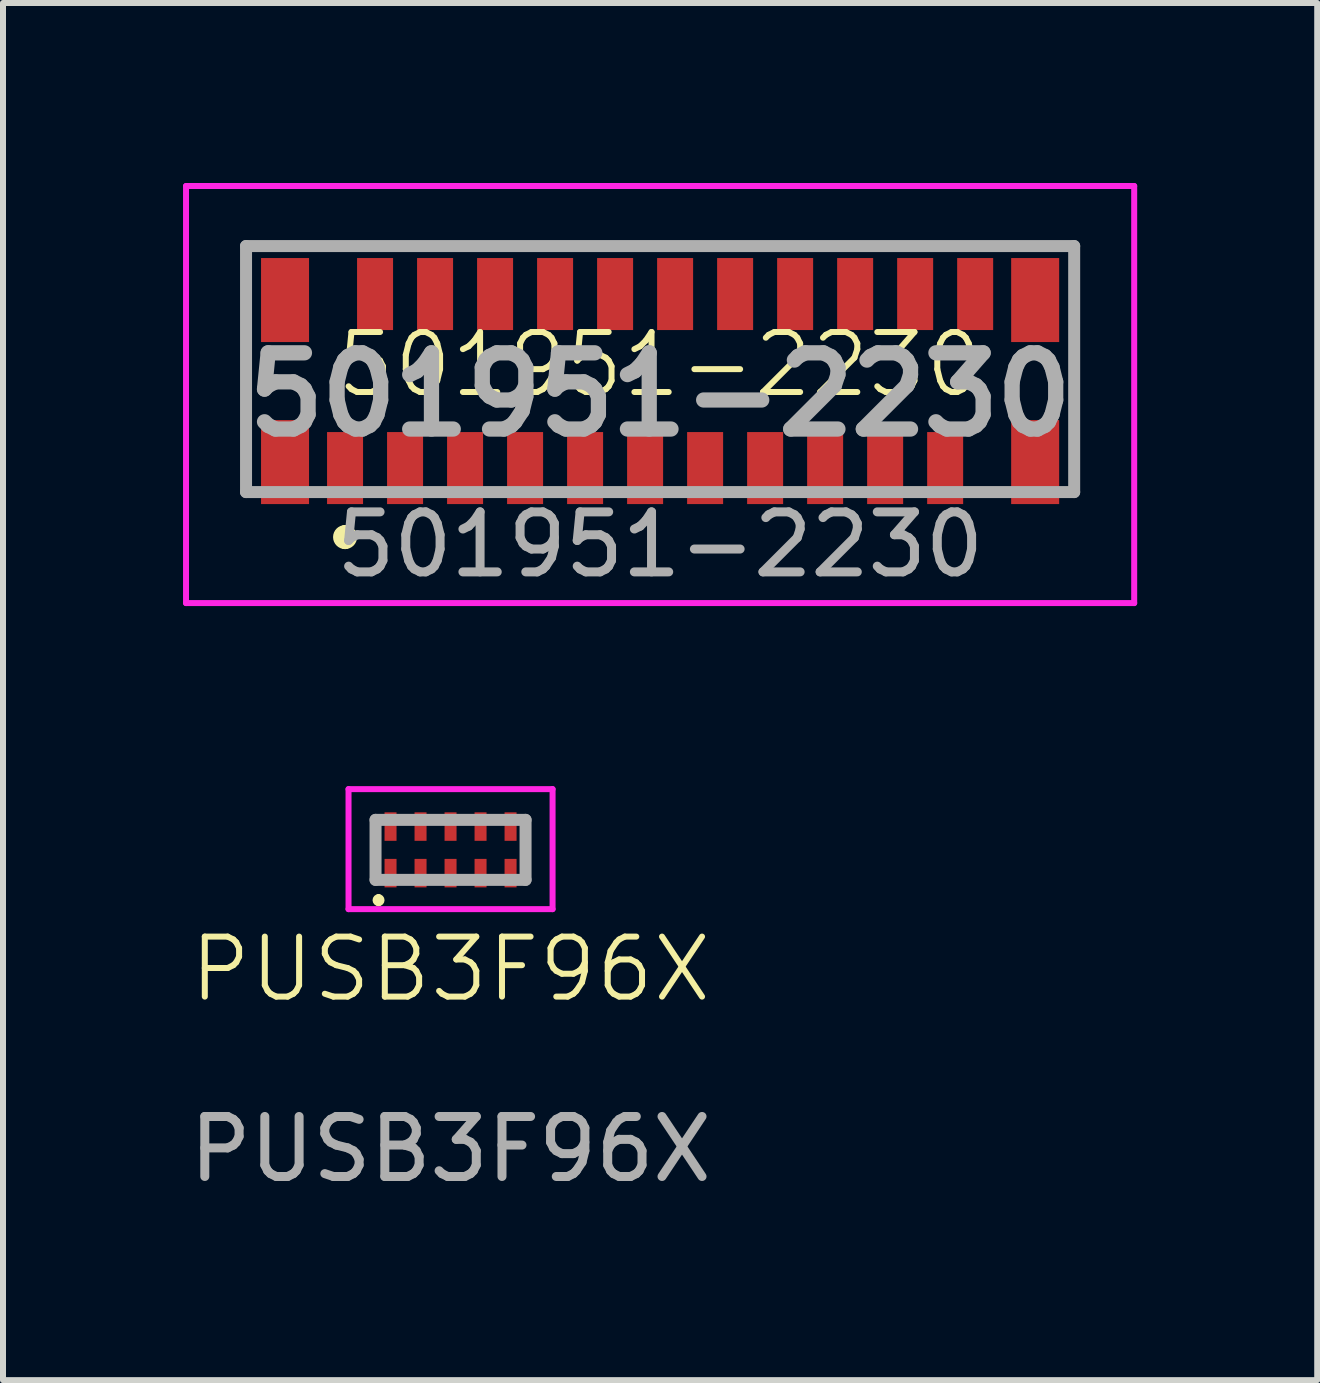
<source format=kicad_pcb>
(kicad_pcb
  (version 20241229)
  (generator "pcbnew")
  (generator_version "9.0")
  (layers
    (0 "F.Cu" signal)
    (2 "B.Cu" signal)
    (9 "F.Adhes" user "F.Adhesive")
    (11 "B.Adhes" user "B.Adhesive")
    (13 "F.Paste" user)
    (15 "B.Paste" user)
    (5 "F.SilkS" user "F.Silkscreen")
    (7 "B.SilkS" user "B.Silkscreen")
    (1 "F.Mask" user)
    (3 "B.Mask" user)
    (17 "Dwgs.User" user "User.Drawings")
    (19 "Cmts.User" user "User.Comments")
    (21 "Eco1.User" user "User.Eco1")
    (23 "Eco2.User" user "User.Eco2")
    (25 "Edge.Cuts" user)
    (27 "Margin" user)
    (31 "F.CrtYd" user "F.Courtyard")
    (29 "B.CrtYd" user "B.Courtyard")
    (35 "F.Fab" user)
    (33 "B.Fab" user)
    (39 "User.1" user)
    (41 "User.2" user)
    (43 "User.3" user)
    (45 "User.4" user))
  (footprint "PUSB3F96X"
    (layer "F.Cu")
    (at 4.458 13.6)
    (property "Reference" "PUSB3F96X" (at 0 -0.5 0) (unlocked yes) (layer "F.SilkS") (effects (font (size 1 1) (thickness 0.1))))
    (attr smd)
    (fp_line (start -1.2 -1.7) (end -1.2 -1.7) (stroke (width 0.1) (type solid)) (layer "F.SilkS"))
    (fp_line (start -1.2 -1.6) (end -1.2 -1.6) (stroke (width 0.1) (type solid)) (layer "F.SilkS"))
    (fp_arc (start -1.2 -1.7) (mid -1.15 -1.65) (end -1.2 -1.6) (stroke (width 0.1) (type solid)) (layer "F.SilkS"))
    (fp_arc (start -1.2 -1.6) (mid -1.25 -1.65) (end -1.2 -1.7) (stroke (width 0.1) (type solid)) (layer "F.SilkS"))
    (fp_line (start -1.7 -3.5) (end -1.7 -1.5) (stroke (width 0.1) (type solid)) (layer "F.CrtYd"))
    (fp_line (start -1.7 -1.5) (end 1.7 -1.5) (stroke (width 0.1) (type solid)) (layer "F.CrtYd"))
    (fp_line (start 1.7 -3.5) (end -1.7 -3.5) (stroke (width 0.1) (type solid)) (layer "F.CrtYd"))
    (fp_line (start 1.7 -1.5) (end 1.7 -3.5) (stroke (width 0.1) (type solid)) (layer "F.CrtYd"))
    (fp_line (start -1.25 -2.988) (end -1.25 -1.988) (stroke (width 0.2) (type solid)) (layer "F.Fab"))
    (fp_line (start -1.25 -1.988) (end 1.25 -1.988) (stroke (width 0.2) (type solid)) (layer "F.Fab"))
    (fp_line (start 1.25 -2.988) (end -1.25 -2.988) (stroke (width 0.2) (type solid)) (layer "F.Fab"))
    (fp_line (start 1.25 -1.988) (end 1.25 -2.988) (stroke (width 0.2) (type solid)) (layer "F.Fab"))
    (fp_text user "${REFERENCE}" (at 0 2.5 0) (unlocked yes) (layer "F.Fab") (effects (font (size 1 1) (thickness 0.15))))
    (pad "1" smd rect (at -1 -2.1) (size 0.2 0.475) (layers "F.Cu" "F.Mask" "F.Paste"))
    (pad "2" smd rect (at -0.5 -2.1) (size 0.2 0.475) (layers "F.Cu" "F.Mask" "F.Paste"))
    (pad "3" smd rect (at 0 -2.1) (size 0.2 0.475) (layers "F.Cu" "F.Mask" "F.Paste"))
    (pad "4" smd rect (at 0.5 -2.1) (size 0.2 0.475) (layers "F.Cu" "F.Mask" "F.Paste"))
    (pad "5" smd rect (at 1 -2.1) (size 0.2 0.475) (layers "F.Cu" "F.Mask" "F.Paste"))
    (pad "6" smd rect (at 1 -2.876) (size 0.2 0.475) (layers "F.Cu" "F.Mask" "F.Paste"))
    (pad "7" smd rect (at 0.5 -2.876) (size 0.2 0.475) (layers "F.Cu" "F.Mask" "F.Paste"))
    (pad "8" smd rect (at 0 -2.876) (size 0.2 0.475) (layers "F.Cu" "F.Mask" "F.Paste"))
    (pad "9" smd rect (at -0.5 -2.876) (size 0.2 0.475) (layers "F.Cu" "F.Mask" "F.Paste"))
    (pad "10" smd rect (at -1 -2.876) (size 0.2 0.475) (layers "F.Cu" "F.Mask" "F.Paste")))
  (footprint "501951-2230"
    (layer "F.Cu")
    (at 7.95 3.525)
    (property "Reference" "501951-2230" (at 0 -0.5 0) (unlocked yes) (layer "F.SilkS") (effects (font (size 1 1) (thickness 0.1))))
    (attr smd)
    (fp_line (start -6.9 -2.475) (end 6.9 -2.475) (stroke (width 0.1) (type solid)) (layer "F.SilkS"))
    (fp_line (start -5.25 2.275) (end -5.25 2.275) (stroke (width 0.2) (type solid)) (layer "F.SilkS"))
    (fp_line (start -5.25 2.475) (end -5.25 2.475) (stroke (width 0.2) (type solid)) (layer "F.SilkS"))
    (fp_arc (start -5.25 2.275) (mid -5.15 2.375) (end -5.25 2.475) (stroke (width 0.2) (type solid)) (layer "F.SilkS"))
    (fp_arc (start -5.25 2.475) (mid -5.35 2.375) (end -5.25 2.275) (stroke (width 0.2) (type solid)) (layer "F.SilkS"))
    (fp_line (start -7.9 -3.475) (end 7.9 -3.475) (stroke (width 0.1) (type solid)) (layer "F.CrtYd"))
    (fp_line (start -7.9 3.475) (end -7.9 -3.475) (stroke (width 0.1) (type solid)) (layer "F.CrtYd"))
    (fp_line (start 7.9 -3.475) (end 7.9 3.475) (stroke (width 0.1) (type solid)) (layer "F.CrtYd"))
    (fp_line (start 7.9 3.475) (end -7.9 3.475) (stroke (width 0.1) (type solid)) (layer "F.CrtYd"))
    (fp_line (start -6.9 -2.475) (end 6.9 -2.475) (stroke (width 0.2) (type solid)) (layer "F.Fab"))
    (fp_line (start -6.9 1.625) (end -6.9 -2.475) (stroke (width 0.2) (type solid)) (layer "F.Fab"))
    (fp_line (start 6.9 -2.475) (end 6.9 1.625) (stroke (width 0.2) (type solid)) (layer "F.Fab"))
    (fp_line (start 6.9 1.625) (end -6.9 1.625) (stroke (width 0.2) (type solid)) (layer "F.Fab"))
    (fp_text user "${REFERENCE}" (at 0 0 0) (layer "F.Fab") (effects (font (size 1.27 1.27) (thickness 0.254))))
    (fp_text user "${REFERENCE}" (at 0 2.5 0) (unlocked yes) (layer "F.Fab") (effects (font (size 1 1) (thickness 0.15))))
    (pad "1" smd rect (at -5.25 1.225) (size 0.6 1.2) (layers "F.Cu" "F.Mask" "F.Paste"))
    (pad "2" smd rect (at -4.75 -1.675) (size 0.6 1.2) (layers "F.Cu" "F.Mask" "F.Paste"))
    (pad "3" smd rect (at -4.25 1.225) (size 0.6 1.2) (layers "F.Cu" "F.Mask" "F.Paste"))
    (pad "4" smd rect (at -3.75 -1.675) (size 0.6 1.2) (layers "F.Cu" "F.Mask" "F.Paste"))
    (pad "5" smd rect (at -3.25 1.225) (size 0.6 1.2) (layers "F.Cu" "F.Mask" "F.Paste"))
    (pad "6" smd rect (at -2.75 -1.675) (size 0.6 1.2) (layers "F.Cu" "F.Mask" "F.Paste"))
    (pad "7" smd rect (at -2.25 1.225) (size 0.6 1.2) (layers "F.Cu" "F.Mask" "F.Paste"))
    (pad "8" smd rect (at -1.75 -1.675) (size 0.6 1.2) (layers "F.Cu" "F.Mask" "F.Paste"))
    (pad "9" smd rect (at -1.25 1.225) (size 0.6 1.2) (layers "F.Cu" "F.Mask" "F.Paste"))
    (pad "10" smd rect (at -0.75 -1.675) (size 0.6 1.2) (layers "F.Cu" "F.Mask" "F.Paste"))
    (pad "11" smd rect (at -0.25 1.225) (size 0.6 1.2) (layers "F.Cu" "F.Mask" "F.Paste"))
    (pad "12" smd rect (at 0.25 -1.675) (size 0.6 1.2) (layers "F.Cu" "F.Mask" "F.Paste"))
    (pad "13" smd rect (at 0.75 1.225) (size 0.6 1.2) (layers "F.Cu" "F.Mask" "F.Paste"))
    (pad "14" smd rect (at 1.25 -1.675) (size 0.6 1.2) (layers "F.Cu" "F.Mask" "F.Paste"))
    (pad "15" smd rect (at 1.75 1.225) (size 0.6 1.2) (layers "F.Cu" "F.Mask" "F.Paste"))
    (pad "16" smd rect (at 2.25 -1.675) (size 0.6 1.2) (layers "F.Cu" "F.Mask" "F.Paste"))
    (pad "17" smd rect (at 2.75 1.225) (size 0.6 1.2) (layers "F.Cu" "F.Mask" "F.Paste"))
    (pad "18" smd rect (at 3.25 -1.675) (size 0.6 1.2) (layers "F.Cu" "F.Mask" "F.Paste"))
    (pad "19" smd rect (at 3.75 1.225) (size 0.6 1.2) (layers "F.Cu" "F.Mask" "F.Paste"))
    (pad "20" smd rect (at 4.25 -1.675) (size 0.6 1.2) (layers "F.Cu" "F.Mask" "F.Paste"))
    (pad "21" smd rect (at 4.75 1.225) (size 0.6 1.2) (layers "F.Cu" "F.Mask" "F.Paste"))
    (pad "22" smd rect (at 5.25 -1.675) (size 0.6 1.2) (layers "F.Cu" "F.Mask" "F.Paste"))
    (pad "MP" smd rect (at -6.25 -1.575) (size 0.8 1.4) (layers "F.Cu" "F.Mask" "F.Paste"))
    (pad "MP" smd rect (at -6.25 1.125) (size 0.8 1.4) (layers "F.Cu" "F.Mask" "F.Paste"))
    (pad "MP" smd rect (at 6.25 -1.575) (size 0.8 1.4) (layers "F.Cu" "F.Mask" "F.Paste"))
    (pad "MP" smd rect (at 6.25 1.125) (size 0.8 1.4) (layers "F.Cu" "F.Mask" "F.Paste")))
  (gr_rect
    (start -3 -3)
    (end 18.9 19.948)
    (stroke (width 0.1) (type default))
    (fill no)
    (layer "Edge.Cuts")))
</source>
